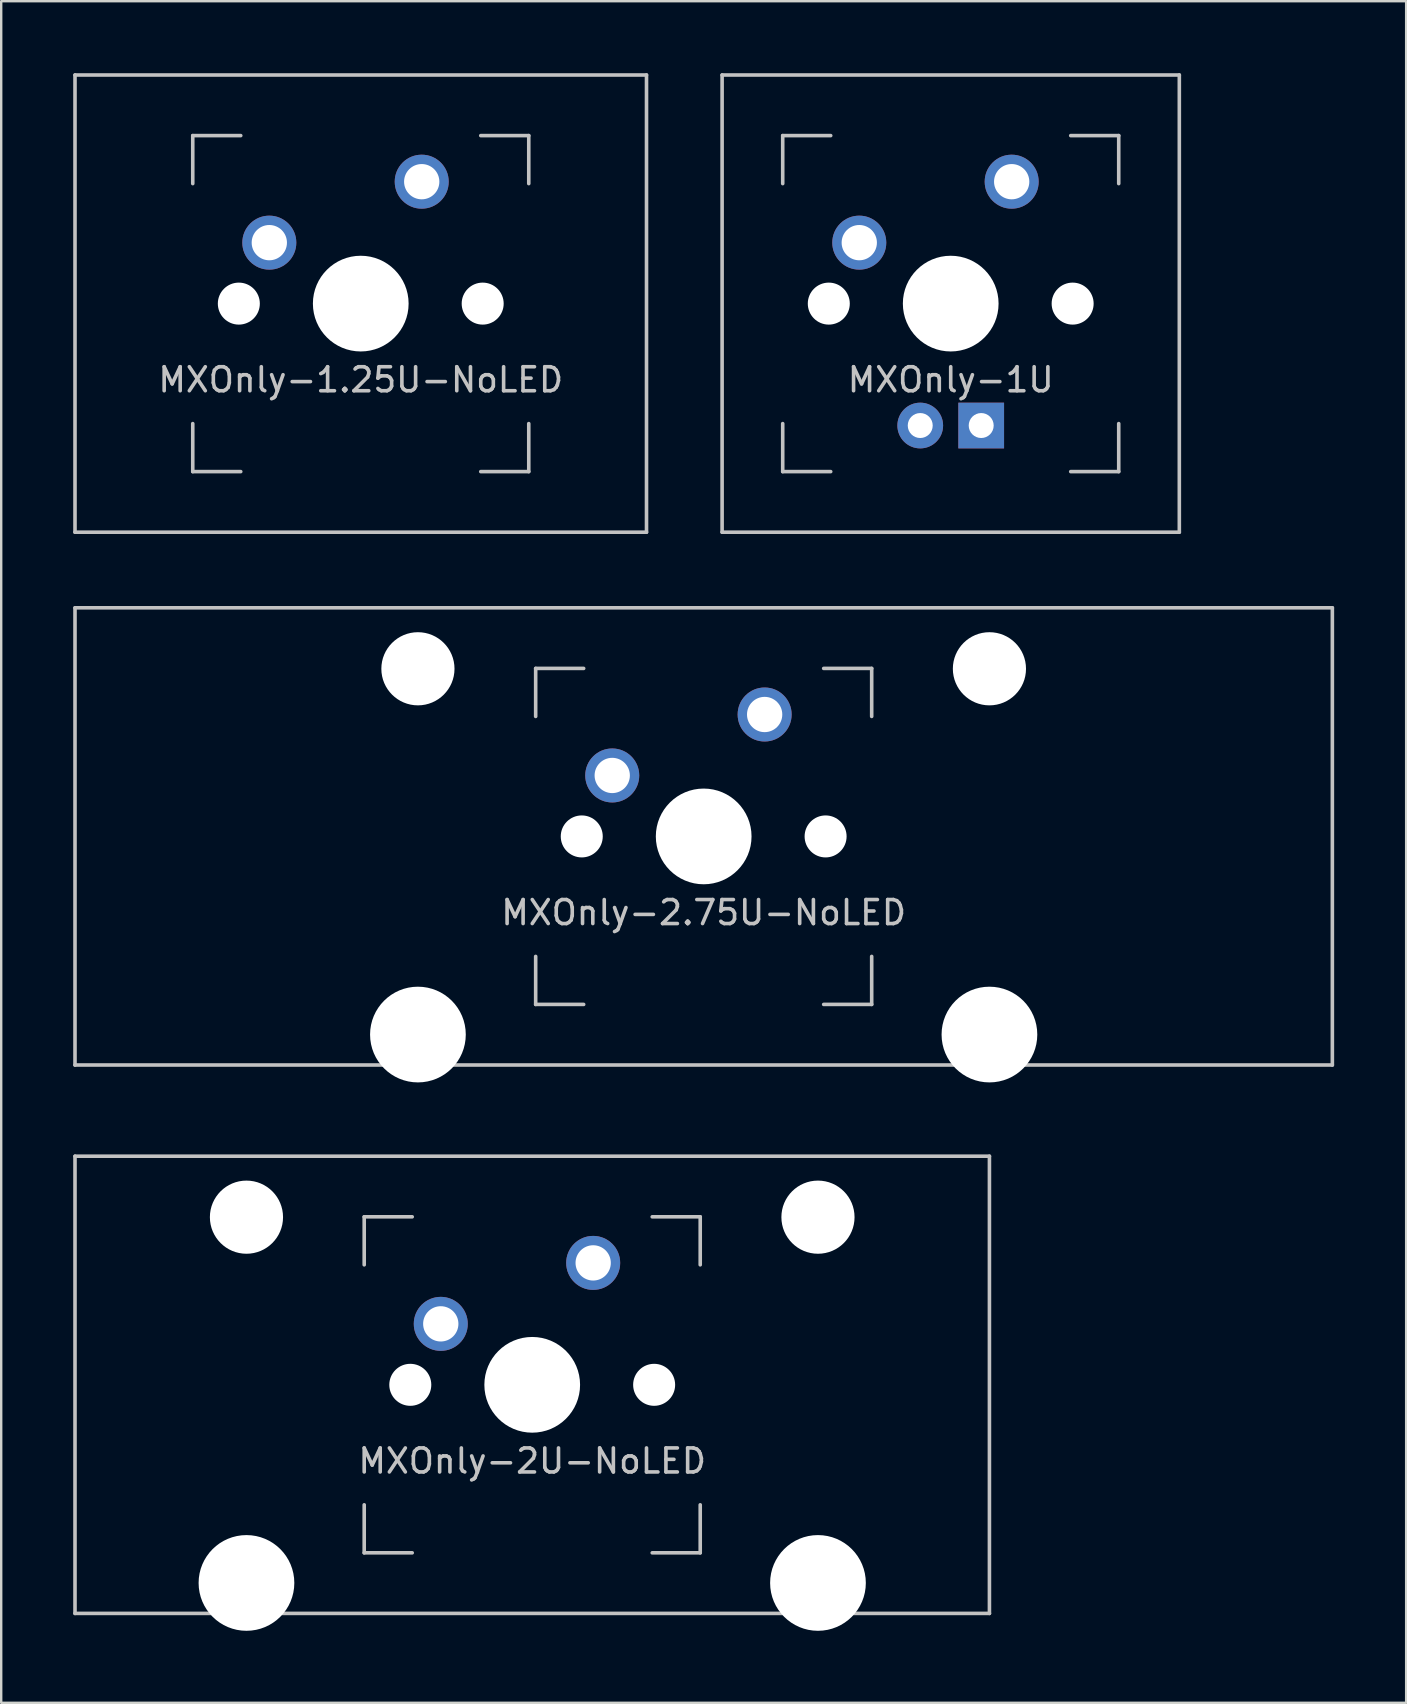
<source format=kicad_pcb>
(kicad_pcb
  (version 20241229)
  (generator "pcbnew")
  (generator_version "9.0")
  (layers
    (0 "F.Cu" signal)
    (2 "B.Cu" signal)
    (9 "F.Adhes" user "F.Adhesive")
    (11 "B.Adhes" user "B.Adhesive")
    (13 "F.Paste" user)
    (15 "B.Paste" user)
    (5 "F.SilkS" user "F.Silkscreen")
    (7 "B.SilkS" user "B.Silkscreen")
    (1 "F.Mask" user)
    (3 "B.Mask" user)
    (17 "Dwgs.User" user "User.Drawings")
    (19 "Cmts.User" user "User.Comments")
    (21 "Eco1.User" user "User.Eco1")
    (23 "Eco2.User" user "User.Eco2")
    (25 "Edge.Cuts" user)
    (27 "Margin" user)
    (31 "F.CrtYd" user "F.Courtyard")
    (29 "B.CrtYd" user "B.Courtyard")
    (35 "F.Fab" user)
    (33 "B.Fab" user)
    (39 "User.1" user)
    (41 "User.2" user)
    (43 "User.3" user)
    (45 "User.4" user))
  (footprint "MXOnly-1.25U-NoLED"
    (layer "F.Cu")
    (at 11.981 9.6)
    (property "Reference" "MXOnly-1.25U-NoLED" (at 0 3.175 0) (layer "Dwgs.User") (effects (font (size 1 1) (thickness 0.15))))
    (attr through_hole)
    (fp_line (start -11.906 -9.525) (end 11.906 -9.525) (stroke (width 0.15) (type solid)) (layer "Dwgs.User"))
    (fp_line (start -11.906 9.525) (end -11.906 -9.525) (stroke (width 0.15) (type solid)) (layer "Dwgs.User"))
    (fp_line (start -11.906 9.525) (end 11.906 9.525) (stroke (width 0.15) (type solid)) (layer "Dwgs.User"))
    (fp_line (start -7 -7) (end -7 -5) (stroke (width 0.15) (type solid)) (layer "Dwgs.User"))
    (fp_line (start -7 5) (end -7 7) (stroke (width 0.15) (type solid)) (layer "Dwgs.User"))
    (fp_line (start -7 7) (end -5 7) (stroke (width 0.15) (type solid)) (layer "Dwgs.User"))
    (fp_line (start -5 -7) (end -7 -7) (stroke (width 0.15) (type solid)) (layer "Dwgs.User"))
    (fp_line (start 5 -7) (end 7 -7) (stroke (width 0.15) (type solid)) (layer "Dwgs.User"))
    (fp_line (start 5 7) (end 7 7) (stroke (width 0.15) (type solid)) (layer "Dwgs.User"))
    (fp_line (start 7 -7) (end 7 -5) (stroke (width 0.15) (type solid)) (layer "Dwgs.User"))
    (fp_line (start 7 7) (end 7 5) (stroke (width 0.15) (type solid)) (layer "Dwgs.User"))
    (fp_line (start 11.906 -9.525) (end 11.906 9.525) (stroke (width 0.15) (type solid)) (layer "Dwgs.User"))
    (pad "" np_thru_hole circle (at -5.08 0 48.1) (size 1.75 1.75) (drill 1.75) (layers "*.Cu" "*.Mask"))
    (pad "" np_thru_hole circle (at 0 0) (size 3.988 3.988) (drill 3.988) (layers "*.Cu" "*.Mask"))
    (pad "" np_thru_hole circle (at 5.08 0 48.1) (size 1.75 1.75) (drill 1.75) (layers "*.Cu" "*.Mask"))
    (pad "1" thru_hole circle (at -3.81 -2.54) (size 2.25 2.25) (drill 1.47) (layers "*.Cu" "B.Mask"))
    (pad "2" thru_hole circle (at 2.54 -5.08) (size 2.25 2.25) (drill 1.47) (layers "*.Cu" "B.Mask")))
  (footprint "MXOnly-2U-NoLED"
    (layer "F.Cu")
    (at 19.125 54.649)
    (property "Reference" "MXOnly-2U-NoLED" (at 0 3.175 0) (layer "Dwgs.User") (effects (font (size 1 1) (thickness 0.15))))
    (attr through_hole)
    (fp_line (start -19.05 -9.525) (end 19.05 -9.525) (stroke (width 0.15) (type solid)) (layer "Dwgs.User"))
    (fp_line (start -19.05 9.525) (end -19.05 -9.525) (stroke (width 0.15) (type solid)) (layer "Dwgs.User"))
    (fp_line (start -19.05 9.525) (end 19.05 9.525) (stroke (width 0.15) (type solid)) (layer "Dwgs.User"))
    (fp_line (start -7 -7) (end -7 -5) (stroke (width 0.15) (type solid)) (layer "Dwgs.User"))
    (fp_line (start -7 5) (end -7 7) (stroke (width 0.15) (type solid)) (layer "Dwgs.User"))
    (fp_line (start -7 7) (end -5 7) (stroke (width 0.15) (type solid)) (layer "Dwgs.User"))
    (fp_line (start -5 -7) (end -7 -7) (stroke (width 0.15) (type solid)) (layer "Dwgs.User"))
    (fp_line (start 5 -7) (end 7 -7) (stroke (width 0.15) (type solid)) (layer "Dwgs.User"))
    (fp_line (start 5 7) (end 7 7) (stroke (width 0.15) (type solid)) (layer "Dwgs.User"))
    (fp_line (start 7 -7) (end 7 -5) (stroke (width 0.15) (type solid)) (layer "Dwgs.User"))
    (fp_line (start 7 7) (end 7 5) (stroke (width 0.15) (type solid)) (layer "Dwgs.User"))
    (fp_line (start 19.05 -9.525) (end 19.05 9.525) (stroke (width 0.15) (type solid)) (layer "Dwgs.User"))
    (pad "" np_thru_hole circle (at -11.906 -6.985) (size 3.048 3.048) (drill 3.048) (layers "*.Cu" "*.Mask"))
    (pad "" np_thru_hole circle (at -11.906 8.255) (size 3.988 3.988) (drill 3.988) (layers "*.Cu" "*.Mask"))
    (pad "" np_thru_hole circle (at -5.08 0 48.1) (size 1.75 1.75) (drill 1.75) (layers "*.Cu" "*.Mask"))
    (pad "" np_thru_hole circle (at 0 0) (size 3.988 3.988) (drill 3.988) (layers "*.Cu" "*.Mask"))
    (pad "" np_thru_hole circle (at 5.08 0 48.1) (size 1.75 1.75) (drill 1.75) (layers "*.Cu" "*.Mask"))
    (pad "" np_thru_hole circle (at 11.906 -6.985) (size 3.048 3.048) (drill 3.048) (layers "*.Cu" "*.Mask"))
    (pad "" np_thru_hole circle (at 11.906 8.255) (size 3.988 3.988) (drill 3.988) (layers "*.Cu" "*.Mask"))
    (pad "1" thru_hole circle (at -3.81 -2.54) (size 2.25 2.25) (drill 1.47) (layers "*.Cu" "B.Mask"))
    (pad "2" thru_hole circle (at 2.54 -5.08) (size 2.25 2.25) (drill 1.47) (layers "*.Cu" "B.Mask")))
  (footprint "MXOnly-1U"
    (layer "F.Cu")
    (at 36.562 9.6)
    (property "Reference" "MXOnly-1U" (at 0 3.175 0) (layer "Dwgs.User") (effects (font (size 1 1) (thickness 0.15))))
    (attr through_hole)
    (fp_line (start -9.525 -9.525) (end 9.525 -9.525) (stroke (width 0.15) (type solid)) (layer "Dwgs.User"))
    (fp_line (start -9.525 9.525) (end -9.525 -9.525) (stroke (width 0.15) (type solid)) (layer "Dwgs.User"))
    (fp_line (start -7 -7) (end -7 -5) (stroke (width 0.15) (type solid)) (layer "Dwgs.User"))
    (fp_line (start -7 5) (end -7 7) (stroke (width 0.15) (type solid)) (layer "Dwgs.User"))
    (fp_line (start -7 7) (end -5 7) (stroke (width 0.15) (type solid)) (layer "Dwgs.User"))
    (fp_line (start -5 -7) (end -7 -7) (stroke (width 0.15) (type solid)) (layer "Dwgs.User"))
    (fp_line (start 5 -7) (end 7 -7) (stroke (width 0.15) (type solid)) (layer "Dwgs.User"))
    (fp_line (start 5 7) (end 7 7) (stroke (width 0.15) (type solid)) (layer "Dwgs.User"))
    (fp_line (start 7 -7) (end 7 -5) (stroke (width 0.15) (type solid)) (layer "Dwgs.User"))
    (fp_line (start 7 7) (end 7 5) (stroke (width 0.15) (type solid)) (layer "Dwgs.User"))
    (fp_line (start 9.525 -9.525) (end 9.525 9.525) (stroke (width 0.15) (type solid)) (layer "Dwgs.User"))
    (fp_line (start 9.525 9.525) (end -9.525 9.525) (stroke (width 0.15) (type solid)) (layer "Dwgs.User"))
    (pad "" np_thru_hole circle (at -5.08 0 48.1) (size 1.75 1.75) (drill 1.75) (layers "*.Cu" "*.Mask"))
    (pad "" np_thru_hole circle (at 0 0) (size 3.988 3.988) (drill 3.988) (layers "*.Cu" "*.Mask"))
    (pad "" np_thru_hole circle (at 5.08 0 48.1) (size 1.75 1.75) (drill 1.75) (layers "*.Cu" "*.Mask"))
    (pad "1" thru_hole circle (at -3.81 -2.54) (size 2.25 2.25) (drill 1.47) (layers "*.Cu" "B.Mask"))
    (pad "2" thru_hole circle (at 2.54 -5.08) (size 2.25 2.25) (drill 1.47) (layers "*.Cu" "B.Mask"))
    (pad "3" thru_hole circle (at -1.27 5.08) (size 1.905 1.905) (drill 1.04) (layers "*.Cu" "B.Mask"))
    (pad "4" thru_hole rect (at 1.27 5.08) (size 1.905 1.905) (drill 1.04) (layers "*.Cu" "B.Mask")))
  (footprint "MXOnly-2.75U-NoLED"
    (layer "F.Cu")
    (at 26.269 31.8)
    (property "Reference" "MXOnly-2.75U-NoLED" (at 0 3.175 0) (layer "Dwgs.User") (effects (font (size 1 1) (thickness 0.15))))
    (attr through_hole)
    (fp_line (start -26.194 -9.525) (end 26.194 -9.525) (stroke (width 0.15) (type solid)) (layer "Dwgs.User"))
    (fp_line (start -26.194 9.525) (end -26.194 -9.525) (stroke (width 0.15) (type solid)) (layer "Dwgs.User"))
    (fp_line (start -26.194 9.525) (end 26.194 9.525) (stroke (width 0.15) (type solid)) (layer "Dwgs.User"))
    (fp_line (start -7 -7) (end -7 -5) (stroke (width 0.15) (type solid)) (layer "Dwgs.User"))
    (fp_line (start -7 5) (end -7 7) (stroke (width 0.15) (type solid)) (layer "Dwgs.User"))
    (fp_line (start -7 7) (end -5 7) (stroke (width 0.15) (type solid)) (layer "Dwgs.User"))
    (fp_line (start -5 -7) (end -7 -7) (stroke (width 0.15) (type solid)) (layer "Dwgs.User"))
    (fp_line (start 5 -7) (end 7 -7) (stroke (width 0.15) (type solid)) (layer "Dwgs.User"))
    (fp_line (start 5 7) (end 7 7) (stroke (width 0.15) (type solid)) (layer "Dwgs.User"))
    (fp_line (start 7 -7) (end 7 -5) (stroke (width 0.15) (type solid)) (layer "Dwgs.User"))
    (fp_line (start 7 7) (end 7 5) (stroke (width 0.15) (type solid)) (layer "Dwgs.User"))
    (fp_line (start 26.194 -9.525) (end 26.194 9.525) (stroke (width 0.15) (type solid)) (layer "Dwgs.User"))
    (pad "" np_thru_hole circle (at -11.906 -6.985) (size 3.048 3.048) (drill 3.048) (layers "*.Cu" "*.Mask"))
    (pad "" np_thru_hole circle (at -11.906 8.255) (size 3.988 3.988) (drill 3.988) (layers "*.Cu" "*.Mask"))
    (pad "" np_thru_hole circle (at -5.08 0 48.1) (size 1.75 1.75) (drill 1.75) (layers "*.Cu" "*.Mask"))
    (pad "" np_thru_hole circle (at 0 0) (size 3.988 3.988) (drill 3.988) (layers "*.Cu" "*.Mask"))
    (pad "" np_thru_hole circle (at 5.08 0 48.1) (size 1.75 1.75) (drill 1.75) (layers "*.Cu" "*.Mask"))
    (pad "" np_thru_hole circle (at 11.906 -6.985) (size 3.048 3.048) (drill 3.048) (layers "*.Cu" "*.Mask"))
    (pad "" np_thru_hole circle (at 11.906 8.255) (size 3.988 3.988) (drill 3.988) (layers "*.Cu" "*.Mask"))
    (pad "1" thru_hole circle (at -3.81 -2.54) (size 2.25 2.25) (drill 1.47) (layers "*.Cu" "B.Mask"))
    (pad "2" thru_hole circle (at 2.54 -5.08) (size 2.25 2.25) (drill 1.47) (layers "*.Cu" "B.Mask")))
  (gr_rect
    (start -3 -3)
    (end 55.538 67.898)
    (stroke (width 0.1) (type default))
    (fill no)
    (layer "Edge.Cuts")))
</source>
